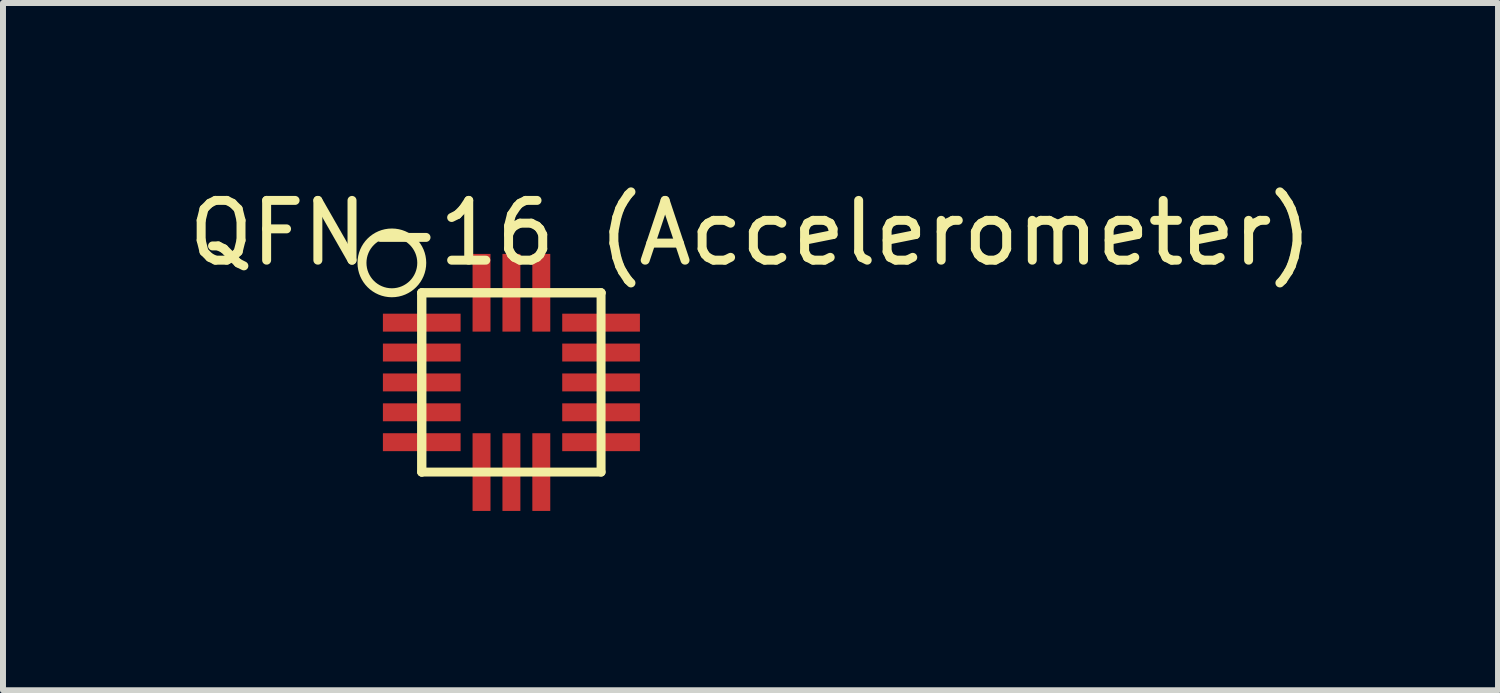
<source format=kicad_pcb>
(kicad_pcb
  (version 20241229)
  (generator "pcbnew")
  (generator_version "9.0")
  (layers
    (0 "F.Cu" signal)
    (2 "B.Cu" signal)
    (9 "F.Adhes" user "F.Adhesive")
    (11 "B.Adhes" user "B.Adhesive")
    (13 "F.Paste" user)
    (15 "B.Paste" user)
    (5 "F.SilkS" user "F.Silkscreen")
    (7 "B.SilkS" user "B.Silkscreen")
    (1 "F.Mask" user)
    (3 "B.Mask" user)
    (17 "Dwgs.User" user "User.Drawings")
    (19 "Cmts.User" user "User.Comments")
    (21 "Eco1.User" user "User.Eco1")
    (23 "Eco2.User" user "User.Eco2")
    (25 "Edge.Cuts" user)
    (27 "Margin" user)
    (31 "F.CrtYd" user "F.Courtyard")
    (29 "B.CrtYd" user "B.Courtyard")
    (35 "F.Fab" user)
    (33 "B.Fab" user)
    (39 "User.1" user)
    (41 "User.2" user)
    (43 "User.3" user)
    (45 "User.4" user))
  (footprint "QFN-16 (Accelerometer)"
    (layer "F.Cu")
    (at 5.506 3.348)
    (property "Reference" "QFN-16 (Accelerometer)" (at 4 -2.5 0) (layer "F.SilkS") (effects (font (size 1 1) (thickness 0.15))))
    (attr through_hole)
    (fp_line (start -1.5 -1.5) (end -1.5 1.5) (stroke (width 0.15) (type solid)) (layer "F.SilkS"))
    (fp_line (start -1.5 -1.5) (end 1.5 -1.5) (stroke (width 0.15) (type solid)) (layer "F.SilkS"))
    (fp_line (start -1.5 -1.5) (end 1.5 -1.5) (stroke (width 0.15) (type solid)) (layer "F.SilkS"))
    (fp_line (start -1.5 1.5) (end -1.5 -1.5) (stroke (width 0.15) (type solid)) (layer "F.SilkS"))
    (fp_line (start -1.5 1.5) (end 1.5 1.5) (stroke (width 0.15) (type solid)) (layer "F.SilkS"))
    (fp_line (start 1.5 -1.5) (end 1.5 1.5) (stroke (width 0.15) (type solid)) (layer "F.SilkS"))
    (fp_circle (center -2 -2) (end -2 -1.5) (stroke (width 0.15) (type solid)) (fill no) (layer "F.SilkS"))
    (pad "1" smd rect (at -1.5 -1) (size 1.3 0.3) (layers "F.Cu" "F.Mask" "F.Paste"))
    (pad "2" smd rect (at -1.5 -0.5) (size 1.3 0.3) (layers "F.Cu" "F.Mask" "F.Paste"))
    (pad "3" smd rect (at -1.5 0) (size 1.3 0.3) (layers "F.Cu" "F.Mask" "F.Paste"))
    (pad "4" smd rect (at -1.5 0.5) (size 1.3 0.3) (layers "F.Cu" "F.Mask" "F.Paste"))
    (pad "5" smd rect (at -1.5 1) (size 1.3 0.3) (layers "F.Cu" "F.Mask" "F.Paste"))
    (pad "6" smd rect (at -0.5 1.5 90) (size 1.3 0.3) (layers "F.Cu" "F.Mask" "F.Paste"))
    (pad "7" smd rect (at 0 1.5 90) (size 1.3 0.3) (layers "F.Cu" "F.Mask" "F.Paste"))
    (pad "8" smd rect (at 0.5 1.5 90) (size 1.3 0.3) (layers "F.Cu" "F.Mask" "F.Paste"))
    (pad "9" smd rect (at 1.5 1) (size 1.3 0.3) (layers "F.Cu" "F.Mask" "F.Paste"))
    (pad "10" smd rect (at 1.5 0.5) (size 1.3 0.3) (layers "F.Cu" "F.Mask" "F.Paste"))
    (pad "11" smd rect (at 1.5 0) (size 1.3 0.3) (layers "F.Cu" "F.Mask" "F.Paste"))
    (pad "12" smd rect (at 1.5 -0.5) (size 1.3 0.3) (layers "F.Cu" "F.Mask" "F.Paste"))
    (pad "13" smd rect (at 1.5 -1) (size 1.3 0.3) (layers "F.Cu" "F.Mask" "F.Paste"))
    (pad "14" smd rect (at 0.5 -1.5 90) (size 1.3 0.3) (layers "F.Cu" "F.Mask" "F.Paste"))
    (pad "15" smd rect (at 0 -1.5 90) (size 1.3 0.3) (layers "F.Cu" "F.Mask" "F.Paste"))
    (pad "16" smd rect (at -0.5 -1.5 90) (size 1.3 0.3) (layers "F.Cu" "F.Mask" "F.Paste")))
  (gr_rect
    (start -3 -3)
    (end 22.012 8.498)
    (stroke (width 0.1) (type default))
    (fill no)
    (layer "Edge.Cuts")))
</source>
